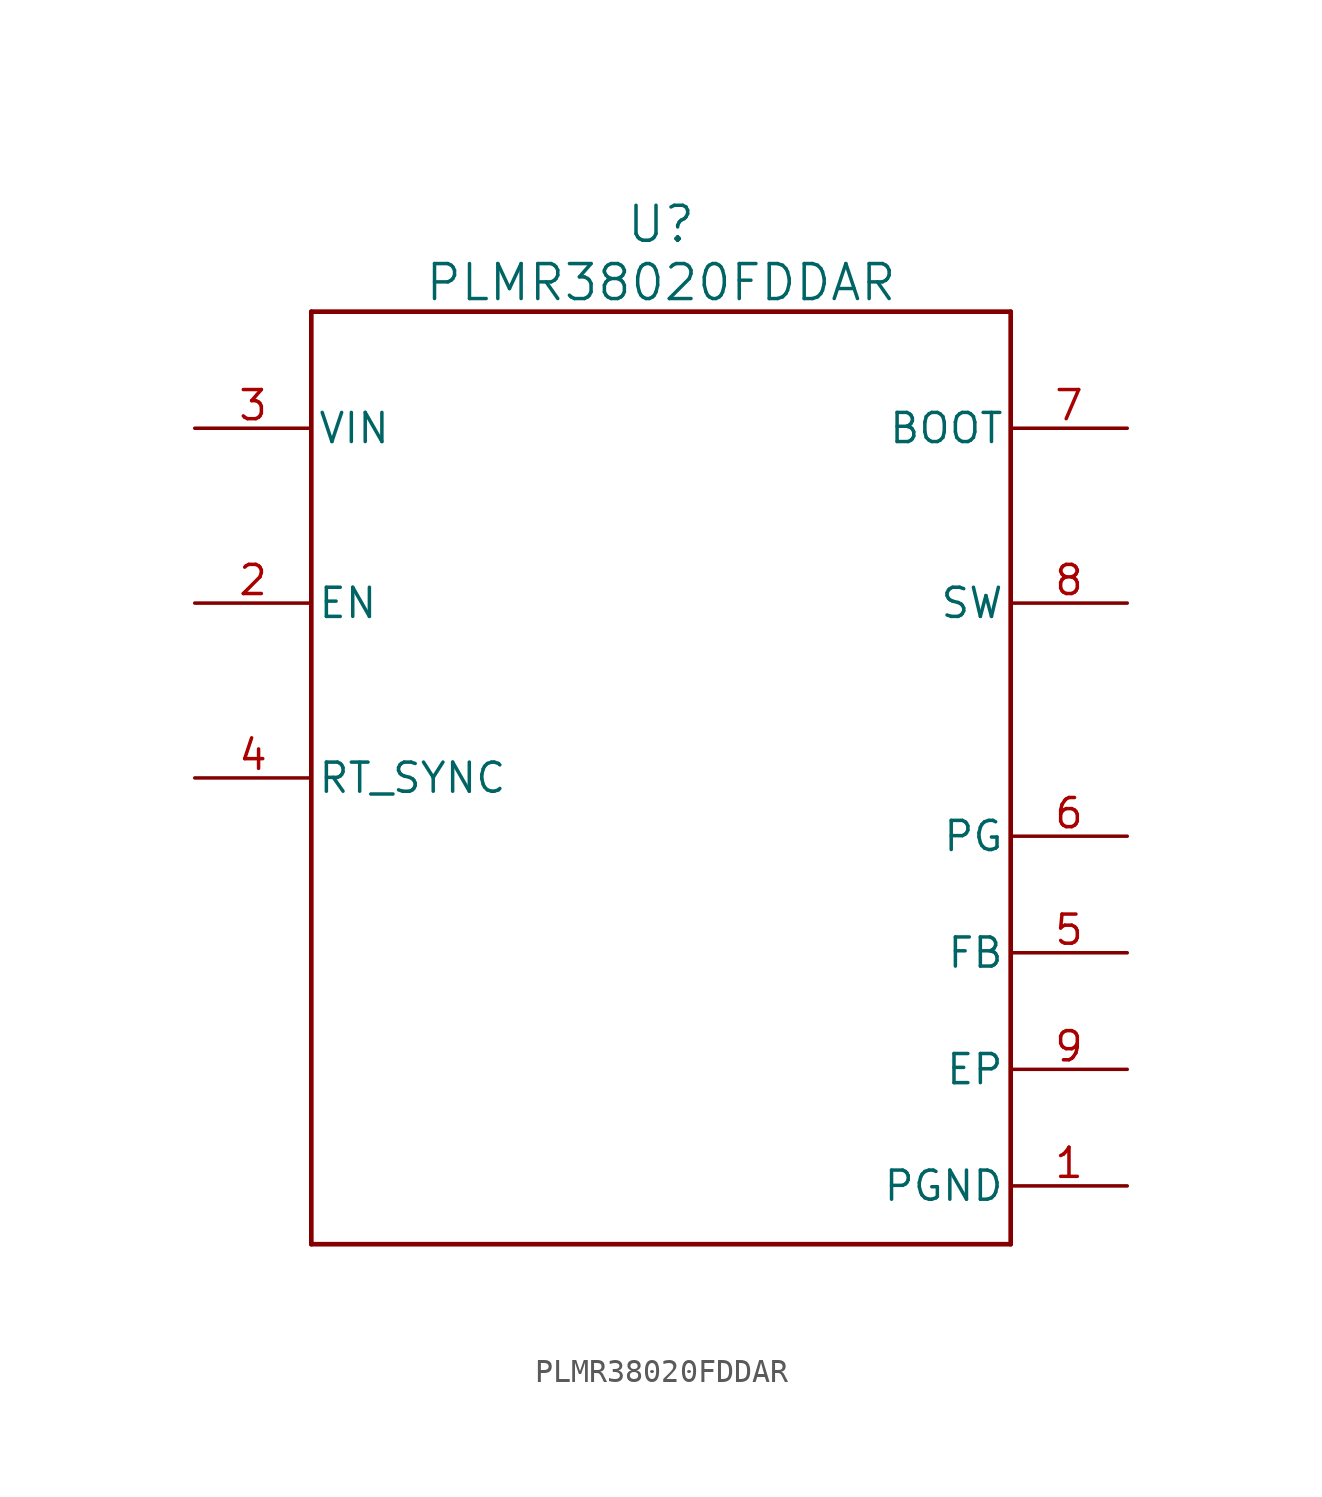
<source format=kicad_sym>
(kicad_symbol_lib
  (version 20220914)
  (generator kicad_symbol_editor)
  (symbol "PLMR38020FDDAR"
    (pin_names
      (offset 0.254))
    (property "Reference" "U"
      (at 20.32 8.89 0)
      (effects (font (size 1.524 1.524))))
    (property "Value" "PLMR38020FDDAR"
      (at 20.32 6.35 0)
      (effects (font (size 1.524 1.524))))
    (property "ki_locked" ""
      (at 0 0 0)
      (effects (font (size 1.27 1.27))))
    (symbol "PLMR38020FDDAR_0_1"
      (polyline (pts (xy 5.08 -35.56) (xy 35.56 -35.56)) (stroke (width 0.203) (type default)) (fill (type none)))
      (polyline (pts (xy 5.08 5.08) (xy 5.08 -35.56)) (stroke (width 0.203) (type default)) (fill (type none)))
      (polyline (pts (xy 35.56 -35.56) (xy 35.56 5.08)) (stroke (width 0.203) (type default)) (fill (type none)))
      (polyline (pts (xy 35.56 5.08) (xy 5.08 5.08)) (stroke (width 0.203) (type default)) (fill (type none)))
      (pin power_in line (at 40.64 -33.02 180) (length 5.08) (name "PGND" (effects (font (size 1.27 1.27)))) (number "1" (effects (font (size 1.27 1.27)))))
      (pin input line (at 0 -7.62 0) (length 5.08) (name "EN" (effects (font (size 1.27 1.27)))) (number "2" (effects (font (size 1.27 1.27)))))
      (pin power_in line (at 0 0 0) (length 5.08) (name "VIN" (effects (font (size 1.27 1.27)))) (number "3" (effects (font (size 1.27 1.27)))))
      (pin unspecified line (at 0 -15.24 0) (length 5.08) (name "RT_SYNC" (effects (font (size 1.27 1.27)))) (number "4" (effects (font (size 1.27 1.27)))))
      (pin unspecified line (at 40.64 -22.86 180) (length 5.08) (name "FB" (effects (font (size 1.27 1.27)))) (number "5" (effects (font (size 1.27 1.27)))))
      (pin open_collector line (at 40.64 -17.78 180) (length 5.08) (name "PG" (effects (font (size 1.27 1.27)))) (number "6" (effects (font (size 1.27 1.27)))))
      (pin unspecified line (at 40.64 0 180) (length 5.08) (name "BOOT" (effects (font (size 1.27 1.27)))) (number "7" (effects (font (size 1.27 1.27)))))
      (pin unspecified line (at 40.64 -7.62 180) (length 5.08) (name "SW" (effects (font (size 1.27 1.27)))) (number "8" (effects (font (size 1.27 1.27)))))
      (pin unspecified line (at 40.64 -27.94 180) (length 5.08) (name "EP" (effects (font (size 1.27 1.27)))) (number "9" (effects (font (size 1.27 1.27))))))))
</source>
